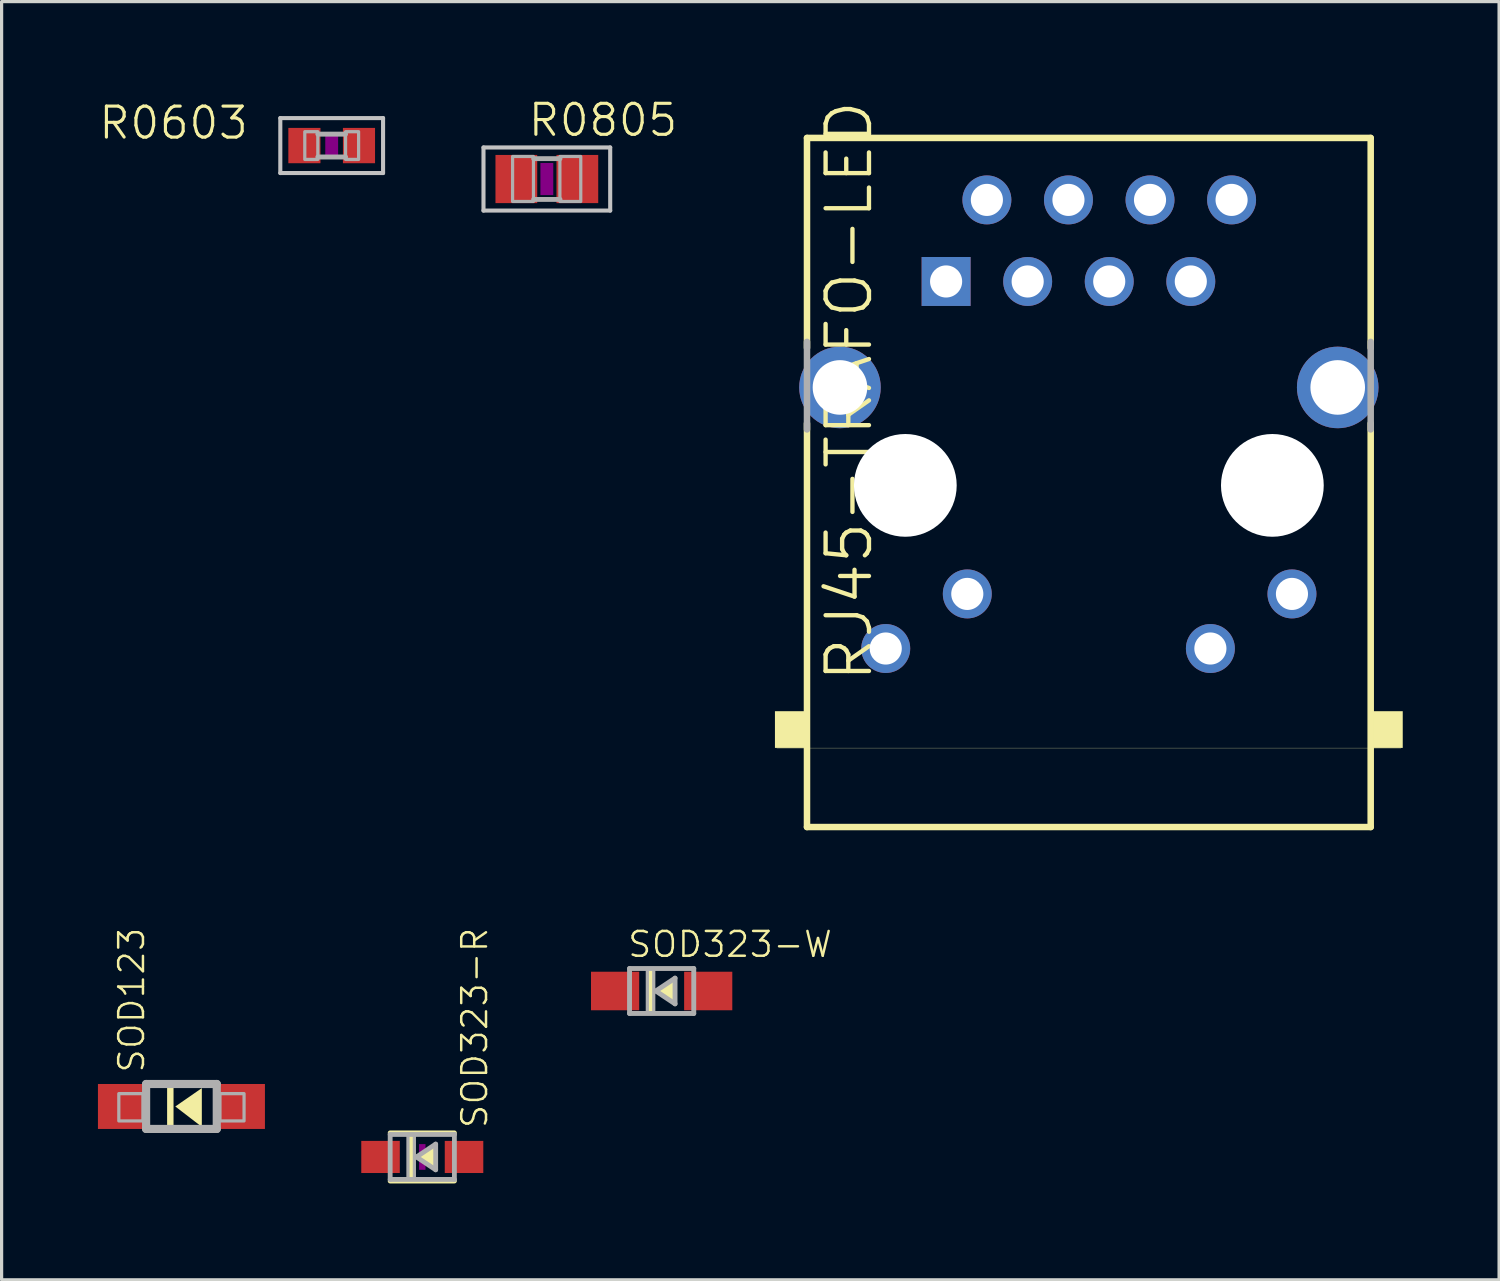
<source format=kicad_pcb>
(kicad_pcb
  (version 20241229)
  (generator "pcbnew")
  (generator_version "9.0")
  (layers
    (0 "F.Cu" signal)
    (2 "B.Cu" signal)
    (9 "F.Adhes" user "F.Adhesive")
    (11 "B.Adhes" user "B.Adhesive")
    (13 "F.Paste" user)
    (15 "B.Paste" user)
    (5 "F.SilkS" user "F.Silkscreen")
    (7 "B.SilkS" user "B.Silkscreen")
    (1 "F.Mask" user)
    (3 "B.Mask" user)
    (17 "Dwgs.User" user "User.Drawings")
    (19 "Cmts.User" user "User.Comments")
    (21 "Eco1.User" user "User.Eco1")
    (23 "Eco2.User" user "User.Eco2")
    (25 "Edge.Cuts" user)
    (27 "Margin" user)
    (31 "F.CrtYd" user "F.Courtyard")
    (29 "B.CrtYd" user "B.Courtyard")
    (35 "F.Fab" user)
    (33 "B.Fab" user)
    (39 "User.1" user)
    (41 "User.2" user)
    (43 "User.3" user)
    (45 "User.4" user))
  (footprint "SOD123"
    (layer "F.Cu")
    (at 2.6 31.406)
    (property "Reference" "SOD123" (at -1.1 -1 270) (layer "F.SilkS") (effects (font (size 0.772 0.772) (thickness 0.077)) (justify left bottom)))
    (attr through_hole)
    (fp_poly (pts (xy -0.191 0) (xy 0.635 -0.572) (xy 0.635 0.635)) (stroke (width 0) (type solid)) (fill yes) (layer "F.SilkS"))
    (fp_poly (pts (xy -0.446 0.7) (xy -0.246 0.7) (xy -0.246 -0.7) (xy -0.446 -0.7)) (stroke (width 0) (type solid)) (fill yes) (layer "F.SilkS"))
    (fp_line (start -1.1 -0.7) (end 1.1 -0.7) (stroke (width 0.254) (type solid)) (layer "F.Fab"))
    (fp_line (start -1.1 0.7) (end -1.1 -0.7) (stroke (width 0.254) (type solid)) (layer "F.Fab"))
    (fp_line (start 1.1 -0.7) (end 1.1 0.7) (stroke (width 0.254) (type solid)) (layer "F.Fab"))
    (fp_line (start 1.1 0.7) (end -1.1 0.7) (stroke (width 0.254) (type solid)) (layer "F.Fab"))
    (fp_poly (pts (xy -1.95 0.45) (xy -1.2 0.45) (xy -1.2 -0.4) (xy -1.95 -0.4)) (stroke (width 0.1) (type solid)) (fill no) (layer "F.Fab"))
    (fp_poly (pts (xy 1.2 0.45) (xy 1.95 0.45) (xy 1.95 -0.4) (xy 1.2 -0.4)) (stroke (width 0.1) (type solid)) (fill no) (layer "F.Fab"))
    (pad "A" smd rect (at 1.9 0) (size 1.4 1.4) (layers "F.Cu" "F.Mask" "F.Paste"))
    (pad "C" smd rect (at -1.9 0) (size 1.4 1.4) (layers "F.Cu" "F.Mask" "F.Paste")))
  (footprint "R0603"
    (layer "F.Cu")
    (at 7.279 1.483)
    (property "Reference" "R0603" (at -2.54 -1.27 0) (layer "F.SilkS") (effects (font (size 0.965 0.965) (thickness 0.097)) (justify right top)))
    (attr through_hole)
    (fp_poly (pts (xy -0.2 0.4) (xy 0.2 0.4) (xy 0.2 -0.4) (xy -0.2 -0.4)) (stroke (width 0) (type solid)) (fill yes) (layer "F.Adhes"))
    (fp_line (start -1.6 -0.856) (end 1.6 -0.856) (stroke (width 0.127) (type solid)) (layer "Dwgs.User"))
    (fp_line (start -1.6 0.856) (end -1.6 -0.856) (stroke (width 0.127) (type solid)) (layer "Dwgs.User"))
    (fp_line (start 1.6 -0.856) (end 1.6 0.856) (stroke (width 0.127) (type solid)) (layer "Dwgs.User"))
    (fp_line (start 1.6 0.856) (end -1.6 0.856) (stroke (width 0.127) (type solid)) (layer "Dwgs.User"))
    (fp_line (start -0.432 0.356) (end 0.432 0.356) (stroke (width 0.152) (type solid)) (layer "F.Fab"))
    (fp_line (start 0.432 -0.356) (end -0.432 -0.356) (stroke (width 0.152) (type solid)) (layer "F.Fab"))
    (fp_poly (pts (xy -0.838 0.432) (xy -0.432 0.432) (xy -0.432 -0.432) (xy -0.838 -0.432)) (stroke (width 0.1) (type solid)) (fill no) (layer "F.Fab"))
    (fp_poly (pts (xy 0.432 0.432) (xy 0.838 0.432) (xy 0.838 -0.432) (xy 0.432 -0.432)) (stroke (width 0.1) (type solid)) (fill no) (layer "F.Fab"))
    (pad "1" smd rect (at -0.85 0) (size 1 1.1) (layers "F.Cu" "F.Mask" "F.Paste"))
    (pad "2" smd rect (at 0.85 0) (size 1 1.1) (layers "F.Cu" "F.Mask" "F.Paste")))
  (footprint "SOD323-R"
    (layer "F.Cu")
    (at 10.1 32.978)
    (property "Reference" "SOD323-R" (at 2.083 -0.844 270) (layer "F.SilkS") (effects (font (size 0.772 0.772) (thickness 0.077)) (justify left bottom)))
    (attr smd)
    (fp_line (start -1 -0.75) (end 1 -0.75) (stroke (width 0.15) (type solid)) (layer "F.SilkS"))
    (fp_line (start 1 0.75) (end -1 0.75) (stroke (width 0.15) (type solid)) (layer "F.SilkS"))
    (fp_poly (pts (xy -0.191 0) (xy 0.381 -0.381) (xy 0.381 0.381)) (stroke (width 0) (type solid)) (fill yes) (layer "F.SilkS"))
    (fp_poly (pts (xy -0.446 0.7) (xy -0.246 0.7) (xy -0.246 -0.7) (xy -0.446 -0.7)) (stroke (width 0) (type solid)) (fill yes) (layer "F.SilkS"))
    (fp_poly (pts (xy -0.1 -0.4) (xy 0.1 -0.4) (xy 0.1 0.4) (xy -0.1 0.4)) (stroke (width 0) (type solid)) (fill yes) (layer "F.Adhes"))
    (fp_line (start -1 -0.7) (end 1 -0.7) (stroke (width 0.15) (type solid)) (layer "F.Fab"))
    (fp_line (start -1 0.7) (end -1 -0.7) (stroke (width 0.15) (type solid)) (layer "F.Fab"))
    (fp_line (start -0.182 0) (end 0.417 -0.4) (stroke (width 0.15) (type solid)) (layer "F.Fab"))
    (fp_line (start 0.417 -0.4) (end 0.417 0.4) (stroke (width 0.15) (type solid)) (layer "F.Fab"))
    (fp_line (start 0.417 0.4) (end -0.182 0) (stroke (width 0.15) (type solid)) (layer "F.Fab"))
    (fp_line (start 1 -0.7) (end 1 0.7) (stroke (width 0.15) (type solid)) (layer "F.Fab"))
    (fp_line (start 1 0.7) (end -1 0.7) (stroke (width 0.15) (type solid)) (layer "F.Fab"))
    (fp_poly (pts (xy -0.446 0.7) (xy -0.246 0.7) (xy -0.246 -0.7) (xy -0.446 -0.7)) (stroke (width 0.1) (type solid)) (fill no) (layer "F.Fab"))
    (pad "A" smd rect (at 1.3 0) (size 1.2 1) (layers "F.Cu" "F.Mask" "F.Paste"))
    (pad "C" smd rect (at -1.3 0) (size 1.2 1) (layers "F.Cu" "F.Mask" "F.Paste")))
  (footprint "R0805"
    (layer "F.Cu")
    (at 13.979 2.525)
    (property "Reference" "R0805" (at -0.635 -1.27 180) (layer "F.SilkS") (effects (font (size 0.965 0.965) (thickness 0.097)) (justify left bottom)))
    (attr through_hole)
    (fp_poly (pts (xy -0.2 0.5) (xy 0.2 0.5) (xy 0.2 -0.5) (xy -0.2 -0.5)) (stroke (width 0) (type solid)) (fill yes) (layer "F.Adhes"))
    (fp_line (start -1.973 -0.983) (end 1.973 -0.983) (stroke (width 0.127) (type solid)) (layer "Dwgs.User"))
    (fp_line (start -1.973 0.983) (end -1.973 -0.983) (stroke (width 0.127) (type solid)) (layer "Dwgs.User"))
    (fp_line (start 1.973 -0.983) (end 1.973 0.983) (stroke (width 0.127) (type solid)) (layer "Dwgs.User"))
    (fp_line (start 1.973 0.983) (end -1.973 0.983) (stroke (width 0.127) (type solid)) (layer "Dwgs.User"))
    (fp_line (start -0.41 -0.635) (end 0.41 -0.635) (stroke (width 0.152) (type solid)) (layer "F.Fab"))
    (fp_line (start -0.41 0.635) (end 0.41 0.635) (stroke (width 0.152) (type solid)) (layer "F.Fab"))
    (fp_poly (pts (xy -1.067 0.699) (xy -0.417 0.699) (xy -0.417 -0.702) (xy -1.067 -0.702)) (stroke (width 0.1) (type solid)) (fill no) (layer "F.Fab"))
    (fp_poly (pts (xy 0.406 0.699) (xy 1.056 0.699) (xy 1.056 -0.702) (xy 0.406 -0.702)) (stroke (width 0.1) (type solid)) (fill no) (layer "F.Fab"))
    (pad "1" smd rect (at -0.95 0) (size 1.3 1.5) (layers "F.Cu" "F.Mask" "F.Paste"))
    (pad "2" smd rect (at 0.95 0) (size 1.3 1.5) (layers "F.Cu" "F.Mask" "F.Paste")))
  (footprint "SOD323-W"
    (layer "F.Cu")
    (at 17.554 27.81)
    (property "Reference" "SOD323-W" (at -1.1 -1 0) (layer "F.SilkS") (effects (font (size 0.772 0.772) (thickness 0.077)) (justify left bottom)))
    (attr through_hole)
    (fp_poly (pts (xy -0.191 0) (xy 0.381 -0.381) (xy 0.381 0.381)) (stroke (width 0) (type solid)) (fill yes) (layer "F.SilkS"))
    (fp_poly (pts (xy -0.446 0.7) (xy -0.246 0.7) (xy -0.246 -0.7) (xy -0.446 -0.7)) (stroke (width 0) (type solid)) (fill yes) (layer "F.SilkS"))
    (fp_line (start -1 -0.7) (end 1 -0.7) (stroke (width 0.152) (type solid)) (layer "F.Fab"))
    (fp_line (start -1 0.7) (end -1 -0.7) (stroke (width 0.152) (type solid)) (layer "F.Fab"))
    (fp_line (start -0.182 0) (end 0.417 -0.4) (stroke (width 0.152) (type solid)) (layer "F.Fab"))
    (fp_line (start 0.417 -0.4) (end 0.417 0.4) (stroke (width 0.152) (type solid)) (layer "F.Fab"))
    (fp_line (start 0.417 0.4) (end -0.182 0) (stroke (width 0.152) (type solid)) (layer "F.Fab"))
    (fp_line (start 1 -0.7) (end 1 0.7) (stroke (width 0.152) (type solid)) (layer "F.Fab"))
    (fp_line (start 1 0.7) (end -1 0.7) (stroke (width 0.152) (type solid)) (layer "F.Fab"))
    (fp_poly (pts (xy -0.446 0.7) (xy -0.246 0.7) (xy -0.246 -0.7) (xy -0.446 -0.7)) (stroke (width 0.1) (type solid)) (fill no) (layer "F.Fab"))
    (pad "A" smd rect (at 1.45 0) (size 1.5 1.2) (layers "F.Cu" "F.Mask" "F.Paste"))
    (pad "C" smd rect (at -1.45 0) (size 1.5 1.2) (layers "F.Cu" "F.Mask" "F.Paste")))
  (footprint "RJ45-TRAFO-LED"
    (layer "F.Cu")
    (at 30.857 12.065)
    (property "Reference" "RJ45-TRAFO-LED" (at -8.255 -12.065 90) (layer "F.SilkS") (effects (font (size 1.351 1.351) (thickness 0.135)) (justify right top)))
    (attr through_hole)
    (fp_line (start -8.777 -10.819) (end 8.777 -10.819) (stroke (width 0.203) (type solid)) (layer "F.SilkS"))
    (fp_line (start -8.777 -4.283) (end -8.777 -10.819) (stroke (width 0.203) (type solid)) (layer "F.SilkS"))
    (fp_line (start -8.777 10.639) (end -8.777 -1.929) (stroke (width 0.203) (type solid)) (layer "F.SilkS"))
    (fp_line (start 8.777 -10.819) (end 8.777 -4.283) (stroke (width 0.203) (type solid)) (layer "F.SilkS"))
    (fp_line (start 8.777 -1.929) (end 8.777 10.639) (stroke (width 0.203) (type solid)) (layer "F.SilkS"))
    (fp_line (start 8.777 10.639) (end -8.777 10.639) (stroke (width 0.203) (type solid)) (layer "F.SilkS"))
    (fp_line (start 9.716 8.18) (end -9.716 8.18) (stroke (width 0.01) (type solid)) (layer "F.SilkS"))
    (fp_poly (pts (xy -9.775 8.175) (xy -8.85 8.175) (xy -8.85 7.032) (xy -9.775 7.032)) (stroke (width 0) (type solid)) (fill yes) (layer "F.SilkS"))
    (fp_poly (pts (xy 8.85 8.175) (xy 9.775 8.175) (xy 9.775 7.032) (xy 8.85 7.032)) (stroke (width 0) (type solid)) (fill yes) (layer "F.SilkS"))
    (fp_line (start -8.777 -1.743) (end -8.777 -4.469) (stroke (width 0.203) (type solid)) (layer "F.Fab"))
    (fp_line (start 8.777 -4.469) (end 8.777 -1.743) (stroke (width 0.203) (type solid)) (layer "F.Fab"))
    (pad "" np_thru_hole circle (at -5.715 0) (size 3.2 3.2) (drill 3.2) (layers "*.Cu"))
    (pad "" np_thru_hole circle (at 5.715 0) (size 3.2 3.2) (drill 3.2) (layers "*.Cu"))
    (pad "1" thru_hole rect (at -4.445 -6.35) (size 1.524 1.524) (drill 1) (layers "*.Cu" "*.Mask"))
    (pad "2" thru_hole circle (at -3.175 -8.89) (size 1.524 1.524) (drill 1) (layers "*.Cu" "*.Mask"))
    (pad "3" thru_hole circle (at -1.905 -6.35) (size 1.524 1.524) (drill 1) (layers "*.Cu" "*.Mask"))
    (pad "4" thru_hole circle (at -0.635 -8.89) (size 1.524 1.524) (drill 1) (layers "*.Cu" "*.Mask"))
    (pad "5" thru_hole circle (at 0.635 -6.35) (size 1.524 1.524) (drill 1) (layers "*.Cu" "*.Mask"))
    (pad "6" thru_hole circle (at 1.905 -8.89) (size 1.524 1.524) (drill 1) (layers "*.Cu" "*.Mask"))
    (pad "7" thru_hole circle (at 3.175 -6.35) (size 1.524 1.524) (drill 1) (layers "*.Cu" "*.Mask"))
    (pad "8" thru_hole circle (at 4.445 -8.89) (size 1.524 1.524) (drill 1) (layers "*.Cu" "*.Mask"))
    (pad "9" thru_hole circle (at -6.325 5.08) (size 1.524 1.524) (drill 1) (layers "*.Cu" "*.Mask"))
    (pad "10" thru_hole circle (at -3.785 3.38) (size 1.524 1.524) (drill 1) (layers "*.Cu" "*.Mask"))
    (pad "11" thru_hole circle (at 3.785 5.08) (size 1.524 1.524) (drill 1) (layers "*.Cu" "*.Mask"))
    (pad "12" thru_hole circle (at 6.325 3.38) (size 1.524 1.524) (drill 1) (layers "*.Cu" "*.Mask"))
    (pad "SH" thru_hole circle (at -7.75 -3.05) (size 2.54 2.54) (drill 1.7) (layers "*.Cu" "*.Mask"))
    (pad "SH2" thru_hole circle (at 7.75 -3.05) (size 2.54 2.54) (drill 1.7) (layers "*.Cu" "*.Mask")))
  (gr_rect
    (start -3 -3)
    (end 43.632 36.803)
    (stroke (width 0.1) (type default))
    (fill no)
    (layer "Edge.Cuts")))
</source>
